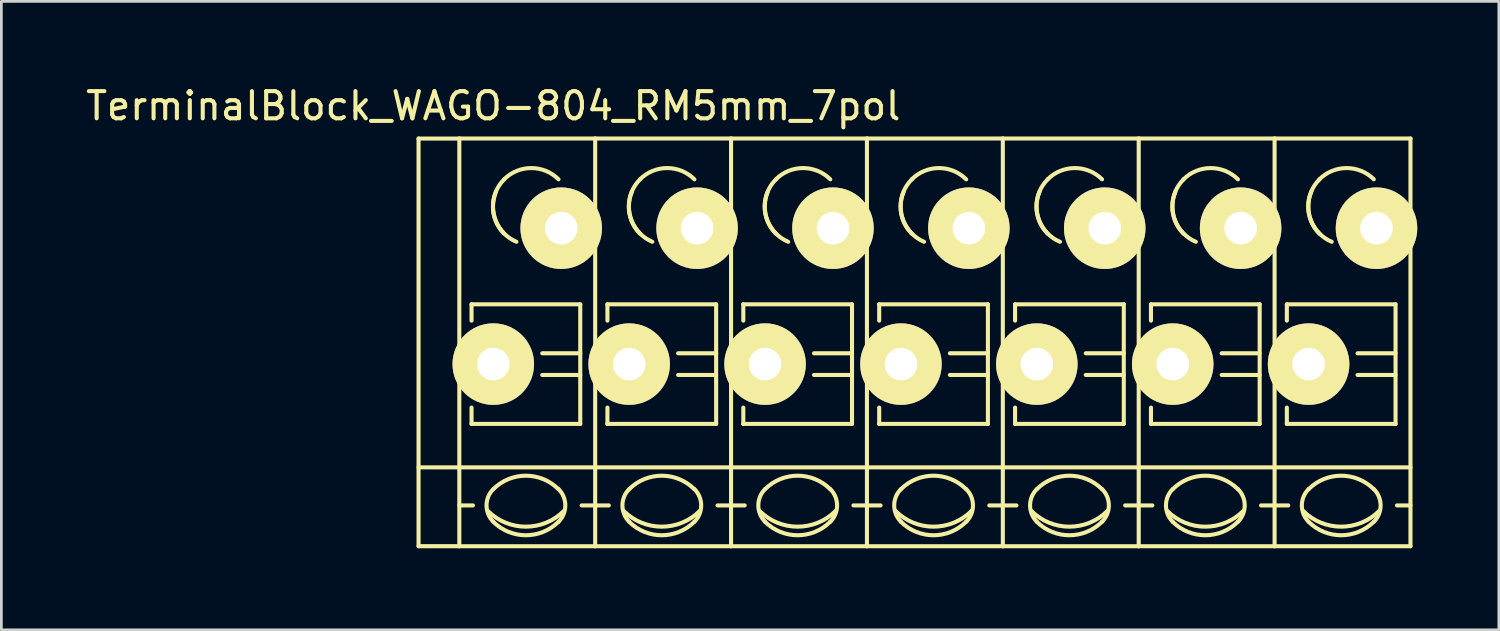
<source format=kicad_pcb>
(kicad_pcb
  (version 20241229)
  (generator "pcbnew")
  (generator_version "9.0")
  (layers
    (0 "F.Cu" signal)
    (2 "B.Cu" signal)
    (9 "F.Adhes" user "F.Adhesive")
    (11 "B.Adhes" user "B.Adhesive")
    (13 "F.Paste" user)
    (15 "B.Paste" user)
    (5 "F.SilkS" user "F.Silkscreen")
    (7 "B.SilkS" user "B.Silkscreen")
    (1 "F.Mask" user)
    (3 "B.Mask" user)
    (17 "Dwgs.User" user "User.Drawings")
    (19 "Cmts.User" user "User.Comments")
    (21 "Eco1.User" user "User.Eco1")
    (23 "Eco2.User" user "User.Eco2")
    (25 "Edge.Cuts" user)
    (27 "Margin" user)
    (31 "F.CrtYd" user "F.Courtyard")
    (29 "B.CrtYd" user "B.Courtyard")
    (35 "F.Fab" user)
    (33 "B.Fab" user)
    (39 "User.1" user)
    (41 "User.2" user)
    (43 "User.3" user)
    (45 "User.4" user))
  (footprint "TerminalBlock_WAGO-804_RM5mm_7pol"
    (layer "F.Cu")
    (at 15.101 10.348)
    (property "Reference" "TerminalBlock_WAGO-804_RM5mm_7pol" (at 0 -9.5 0) (layer "F.SilkS") (effects (font (size 1 1) (thickness 0.15))))
    (attr through_hole)
    (fp_line (start -2.75 -8.3) (end -1.25 -8.3) (stroke (width 0.15) (type solid)) (layer "F.SilkS"))
    (fp_line (start -2.75 6.7) (end -2.75 -8.3) (stroke (width 0.15) (type solid)) (layer "F.SilkS"))
    (fp_line (start -1.25 6.7) (end -2.75 6.7) (stroke (width 0.15) (type solid)) (layer "F.SilkS"))
    (fp_line (start -1.25 5.199) (end -0.749 5.199) (stroke (width 0.15) (type solid)) (layer "F.SilkS"))
    (fp_line (start -1.25 6.701) (end -1.25 -8.301) (stroke (width 0.15) (type solid)) (layer "F.SilkS"))
    (fp_line (start -0.8 -2.2) (end -0.8 -1.6) (stroke (width 0.15) (type solid)) (layer "F.SilkS"))
    (fp_line (start -0.8 -2.2) (end 3.2 -2.2) (stroke (width 0.15) (type solid)) (layer "F.SilkS"))
    (fp_line (start -0.8 2.2) (end -0.8 1.6) (stroke (width 0.15) (type solid)) (layer "F.SilkS"))
    (fp_line (start 3.2 -2.2) (end 3.2 2.2) (stroke (width 0.15) (type solid)) (layer "F.SilkS"))
    (fp_line (start 3.2 -0.399) (end 1.801 -0.399) (stroke (width 0.15) (type solid)) (layer "F.SilkS"))
    (fp_line (start 3.2 0.399) (end 1.801 0.399) (stroke (width 0.15) (type solid)) (layer "F.SilkS"))
    (fp_line (start 3.2 2.2) (end -0.8 2.2) (stroke (width 0.15) (type solid)) (layer "F.SilkS"))
    (fp_line (start 3.749 -8.301) (end -1.25 -8.301) (stroke (width 0.15) (type solid)) (layer "F.SilkS"))
    (fp_line (start 3.749 -8.301) (end 3.749 6.701) (stroke (width 0.15) (type solid)) (layer "F.SilkS"))
    (fp_line (start 3.749 5.199) (end 3.251 5.199) (stroke (width 0.15) (type solid)) (layer "F.SilkS"))
    (fp_line (start 3.749 6.701) (end -1.25 6.701) (stroke (width 0.15) (type solid)) (layer "F.SilkS"))
    (fp_line (start 3.75 3.8) (end -2.75 3.8) (stroke (width 0.15) (type solid)) (layer "F.SilkS"))
    (fp_line (start 3.75 3.8) (end 8.75 3.8) (stroke (width 0.15) (type solid)) (layer "F.SilkS"))
    (fp_line (start 3.75 5.199) (end 4.251 5.199) (stroke (width 0.15) (type solid)) (layer "F.SilkS"))
    (fp_line (start 4.2 -2.2) (end 4.2 -1.6) (stroke (width 0.15) (type solid)) (layer "F.SilkS"))
    (fp_line (start 4.2 -2.2) (end 8.2 -2.2) (stroke (width 0.15) (type solid)) (layer "F.SilkS"))
    (fp_line (start 4.2 2.2) (end 4.2 1.6) (stroke (width 0.15) (type solid)) (layer "F.SilkS"))
    (fp_line (start 8.2 -2.2) (end 8.2 2.2) (stroke (width 0.15) (type solid)) (layer "F.SilkS"))
    (fp_line (start 8.2 -0.399) (end 6.801 -0.399) (stroke (width 0.15) (type solid)) (layer "F.SilkS"))
    (fp_line (start 8.2 0.399) (end 6.801 0.399) (stroke (width 0.15) (type solid)) (layer "F.SilkS"))
    (fp_line (start 8.2 2.2) (end 4.2 2.2) (stroke (width 0.15) (type solid)) (layer "F.SilkS"))
    (fp_line (start 8.749 -8.301) (end 3.75 -8.301) (stroke (width 0.15) (type solid)) (layer "F.SilkS"))
    (fp_line (start 8.749 -8.301) (end 8.749 6.701) (stroke (width 0.15) (type solid)) (layer "F.SilkS"))
    (fp_line (start 8.749 5.199) (end 8.251 5.199) (stroke (width 0.15) (type solid)) (layer "F.SilkS"))
    (fp_line (start 8.749 6.701) (end 3.75 6.701) (stroke (width 0.15) (type solid)) (layer "F.SilkS"))
    (fp_line (start 8.75 3.8) (end 13.75 3.8) (stroke (width 0.15) (type solid)) (layer "F.SilkS"))
    (fp_line (start 8.75 5.199) (end 9.251 5.199) (stroke (width 0.15) (type solid)) (layer "F.SilkS"))
    (fp_line (start 9.2 -2.2) (end 9.2 -1.6) (stroke (width 0.15) (type solid)) (layer "F.SilkS"))
    (fp_line (start 9.2 -2.2) (end 13.2 -2.2) (stroke (width 0.15) (type solid)) (layer "F.SilkS"))
    (fp_line (start 9.2 2.2) (end 9.2 1.6) (stroke (width 0.15) (type solid)) (layer "F.SilkS"))
    (fp_line (start 13.2 -2.2) (end 13.2 2.2) (stroke (width 0.15) (type solid)) (layer "F.SilkS"))
    (fp_line (start 13.2 -0.399) (end 11.801 -0.399) (stroke (width 0.15) (type solid)) (layer "F.SilkS"))
    (fp_line (start 13.2 0.399) (end 11.801 0.399) (stroke (width 0.15) (type solid)) (layer "F.SilkS"))
    (fp_line (start 13.2 2.2) (end 9.2 2.2) (stroke (width 0.15) (type solid)) (layer "F.SilkS"))
    (fp_line (start 13.749 -8.301) (end 8.75 -8.301) (stroke (width 0.15) (type solid)) (layer "F.SilkS"))
    (fp_line (start 13.749 -8.301) (end 13.749 6.701) (stroke (width 0.15) (type solid)) (layer "F.SilkS"))
    (fp_line (start 13.749 5.199) (end 13.251 5.199) (stroke (width 0.15) (type solid)) (layer "F.SilkS"))
    (fp_line (start 13.749 6.701) (end 8.75 6.701) (stroke (width 0.15) (type solid)) (layer "F.SilkS"))
    (fp_line (start 13.75 3.8) (end 18.75 3.8) (stroke (width 0.15) (type solid)) (layer "F.SilkS"))
    (fp_line (start 13.75 5.199) (end 14.251 5.199) (stroke (width 0.15) (type solid)) (layer "F.SilkS"))
    (fp_line (start 14.2 -2.2) (end 14.2 -1.6) (stroke (width 0.15) (type solid)) (layer "F.SilkS"))
    (fp_line (start 14.2 -2.2) (end 18.2 -2.2) (stroke (width 0.15) (type solid)) (layer "F.SilkS"))
    (fp_line (start 14.2 2.2) (end 14.2 1.6) (stroke (width 0.15) (type solid)) (layer "F.SilkS"))
    (fp_line (start 18.2 -2.2) (end 18.2 2.2) (stroke (width 0.15) (type solid)) (layer "F.SilkS"))
    (fp_line (start 18.2 -0.399) (end 16.801 -0.399) (stroke (width 0.15) (type solid)) (layer "F.SilkS"))
    (fp_line (start 18.2 0.399) (end 16.801 0.399) (stroke (width 0.15) (type solid)) (layer "F.SilkS"))
    (fp_line (start 18.2 2.2) (end 14.2 2.2) (stroke (width 0.15) (type solid)) (layer "F.SilkS"))
    (fp_line (start 18.749 -8.301) (end 13.75 -8.301) (stroke (width 0.15) (type solid)) (layer "F.SilkS"))
    (fp_line (start 18.749 -8.301) (end 18.749 6.701) (stroke (width 0.15) (type solid)) (layer "F.SilkS"))
    (fp_line (start 18.749 5.199) (end 18.251 5.199) (stroke (width 0.15) (type solid)) (layer "F.SilkS"))
    (fp_line (start 18.749 6.701) (end 13.75 6.701) (stroke (width 0.15) (type solid)) (layer "F.SilkS"))
    (fp_line (start 18.75 3.8) (end 23.75 3.8) (stroke (width 0.15) (type solid)) (layer "F.SilkS"))
    (fp_line (start 18.75 5.199) (end 19.251 5.199) (stroke (width 0.15) (type solid)) (layer "F.SilkS"))
    (fp_line (start 19.2 -2.2) (end 19.2 -1.6) (stroke (width 0.15) (type solid)) (layer "F.SilkS"))
    (fp_line (start 19.2 -2.2) (end 23.2 -2.2) (stroke (width 0.15) (type solid)) (layer "F.SilkS"))
    (fp_line (start 19.2 2.2) (end 19.2 1.6) (stroke (width 0.15) (type solid)) (layer "F.SilkS"))
    (fp_line (start 23.2 -2.2) (end 23.2 2.2) (stroke (width 0.15) (type solid)) (layer "F.SilkS"))
    (fp_line (start 23.2 -0.399) (end 21.801 -0.399) (stroke (width 0.15) (type solid)) (layer "F.SilkS"))
    (fp_line (start 23.2 0.399) (end 21.801 0.399) (stroke (width 0.15) (type solid)) (layer "F.SilkS"))
    (fp_line (start 23.2 2.2) (end 19.2 2.2) (stroke (width 0.15) (type solid)) (layer "F.SilkS"))
    (fp_line (start 23.749 -8.301) (end 18.75 -8.301) (stroke (width 0.15) (type solid)) (layer "F.SilkS"))
    (fp_line (start 23.749 -8.301) (end 23.749 6.701) (stroke (width 0.15) (type solid)) (layer "F.SilkS"))
    (fp_line (start 23.749 5.199) (end 23.251 5.199) (stroke (width 0.15) (type solid)) (layer "F.SilkS"))
    (fp_line (start 23.749 6.701) (end 18.75 6.701) (stroke (width 0.15) (type solid)) (layer "F.SilkS"))
    (fp_line (start 23.75 3.8) (end 28.75 3.8) (stroke (width 0.15) (type solid)) (layer "F.SilkS"))
    (fp_line (start 23.75 5.199) (end 24.251 5.199) (stroke (width 0.15) (type solid)) (layer "F.SilkS"))
    (fp_line (start 24.2 -2.2) (end 24.2 -1.6) (stroke (width 0.15) (type solid)) (layer "F.SilkS"))
    (fp_line (start 24.2 -2.2) (end 28.2 -2.2) (stroke (width 0.15) (type solid)) (layer "F.SilkS"))
    (fp_line (start 24.2 2.2) (end 24.2 1.6) (stroke (width 0.15) (type solid)) (layer "F.SilkS"))
    (fp_line (start 28.2 -2.2) (end 28.2 2.2) (stroke (width 0.15) (type solid)) (layer "F.SilkS"))
    (fp_line (start 28.2 -0.399) (end 26.801 -0.399) (stroke (width 0.15) (type solid)) (layer "F.SilkS"))
    (fp_line (start 28.2 0.399) (end 26.801 0.399) (stroke (width 0.15) (type solid)) (layer "F.SilkS"))
    (fp_line (start 28.2 2.2) (end 24.2 2.2) (stroke (width 0.15) (type solid)) (layer "F.SilkS"))
    (fp_line (start 28.749 -8.301) (end 23.75 -8.301) (stroke (width 0.15) (type solid)) (layer "F.SilkS"))
    (fp_line (start 28.749 -8.301) (end 28.749 6.701) (stroke (width 0.15) (type solid)) (layer "F.SilkS"))
    (fp_line (start 28.749 5.199) (end 28.251 5.199) (stroke (width 0.15) (type solid)) (layer "F.SilkS"))
    (fp_line (start 28.749 6.701) (end 23.75 6.701) (stroke (width 0.15) (type solid)) (layer "F.SilkS"))
    (fp_line (start 28.75 3.8) (end 33.75 3.8) (stroke (width 0.15) (type solid)) (layer "F.SilkS"))
    (fp_line (start 28.75 5.199) (end 29.251 5.199) (stroke (width 0.15) (type solid)) (layer "F.SilkS"))
    (fp_line (start 29.2 -2.2) (end 29.2 -1.6) (stroke (width 0.15) (type solid)) (layer "F.SilkS"))
    (fp_line (start 29.2 -2.2) (end 33.2 -2.2) (stroke (width 0.15) (type solid)) (layer "F.SilkS"))
    (fp_line (start 29.2 2.2) (end 29.2 1.6) (stroke (width 0.15) (type solid)) (layer "F.SilkS"))
    (fp_line (start 33.2 -2.2) (end 33.2 2.2) (stroke (width 0.15) (type solid)) (layer "F.SilkS"))
    (fp_line (start 33.2 -0.399) (end 31.801 -0.399) (stroke (width 0.15) (type solid)) (layer "F.SilkS"))
    (fp_line (start 33.2 0.399) (end 31.801 0.399) (stroke (width 0.15) (type solid)) (layer "F.SilkS"))
    (fp_line (start 33.2 2.2) (end 29.2 2.2) (stroke (width 0.15) (type solid)) (layer "F.SilkS"))
    (fp_line (start 33.749 -8.301) (end 28.75 -8.301) (stroke (width 0.15) (type solid)) (layer "F.SilkS"))
    (fp_line (start 33.749 -8.301) (end 33.749 6.701) (stroke (width 0.15) (type solid)) (layer "F.SilkS"))
    (fp_line (start 33.749 5.199) (end 33.251 5.199) (stroke (width 0.15) (type solid)) (layer "F.SilkS"))
    (fp_line (start 33.749 6.701) (end 28.75 6.701) (stroke (width 0.15) (type solid)) (layer "F.SilkS"))
    (fp_arc (start 0 4.60248) (mid 1.19888 4.105888) (end 2.39776 4.60248) (stroke (width 0.15) (type solid)) (layer "F.SilkS"))
    (fp_arc (start 0 5.79882) (mid -0.248296 5.19938) (end 0 4.59994) (stroke (width 0.15) (type solid)) (layer "F.SilkS"))
    (fp_arc (start 0.39878 -6.79958) (mid 1.39954 -7.214108) (end 2.4003 -6.79958) (stroke (width 0.15) (type solid)) (layer "F.SilkS"))
    (fp_arc (start 0.39878 -4.8006) (mid -0.013952 -5.800616) (end 0.40132 -6.79958) (stroke (width 0.15) (type solid)) (layer "F.SilkS"))
    (fp_arc (start 0.8509 -4.50088) (mid 0.093811 -5.268985) (end 0.1016 -6.34746) (stroke (width 0.15) (type solid)) (layer "F.SilkS"))
    (fp_arc (start 2.4003 5.79882) (mid 1.200676 6.297208) (end 0 5.80136) (stroke (width 0.15) (type solid)) (layer "F.SilkS"))
    (fp_arc (start 2.40284 4.59994) (mid 2.650392 5.201176) (end 2.4003 5.80136) (stroke (width 0.15) (type solid)) (layer "F.SilkS"))
    (fp_arc (start 2.60096 5.40004) (mid 1.200676 5.981545) (end -0.20066 5.40258) (stroke (width 0.15) (type solid)) (layer "F.SilkS"))
    (fp_arc (start 5 4.60248) (mid 6.19888 4.105888) (end 7.39776 4.60248) (stroke (width 0.15) (type solid)) (layer "F.SilkS"))
    (fp_arc (start 5 5.79882) (mid 4.751704 5.19938) (end 5 4.59994) (stroke (width 0.15) (type solid)) (layer "F.SilkS"))
    (fp_arc (start 5.39878 -6.79958) (mid 6.39954 -7.214108) (end 7.4003 -6.79958) (stroke (width 0.15) (type solid)) (layer "F.SilkS"))
    (fp_arc (start 5.39878 -4.8006) (mid 4.986048 -5.800616) (end 5.40132 -6.79958) (stroke (width 0.15) (type solid)) (layer "F.SilkS"))
    (fp_arc (start 5.8509 -4.50088) (mid 5.093811 -5.268985) (end 5.1016 -6.34746) (stroke (width 0.15) (type solid)) (layer "F.SilkS"))
    (fp_arc (start 7.4003 5.79882) (mid 6.200676 6.297208) (end 5 5.80136) (stroke (width 0.15) (type solid)) (layer "F.SilkS"))
    (fp_arc (start 7.40284 4.59994) (mid 7.650392 5.201176) (end 7.4003 5.80136) (stroke (width 0.15) (type solid)) (layer "F.SilkS"))
    (fp_arc (start 7.60096 5.40004) (mid 6.200676 5.981545) (end 4.79934 5.40258) (stroke (width 0.15) (type solid)) (layer "F.SilkS"))
    (fp_arc (start 10 4.60248) (mid 11.19888 4.105888) (end 12.39776 4.60248) (stroke (width 0.15) (type solid)) (layer "F.SilkS"))
    (fp_arc (start 10 5.79882) (mid 9.751704 5.19938) (end 10 4.59994) (stroke (width 0.15) (type solid)) (layer "F.SilkS"))
    (fp_arc (start 10.39878 -6.79958) (mid 11.39954 -7.214108) (end 12.4003 -6.79958) (stroke (width 0.15) (type solid)) (layer "F.SilkS"))
    (fp_arc (start 10.39878 -4.8006) (mid 9.986048 -5.800616) (end 10.40132 -6.79958) (stroke (width 0.15) (type solid)) (layer "F.SilkS"))
    (fp_arc (start 10.8509 -4.50088) (mid 10.093811 -5.268985) (end 10.1016 -6.34746) (stroke (width 0.15) (type solid)) (layer "F.SilkS"))
    (fp_arc (start 12.4003 5.79882) (mid 11.200676 6.297208) (end 10 5.80136) (stroke (width 0.15) (type solid)) (layer "F.SilkS"))
    (fp_arc (start 12.40284 4.59994) (mid 12.650392 5.201176) (end 12.4003 5.80136) (stroke (width 0.15) (type solid)) (layer "F.SilkS"))
    (fp_arc (start 12.60096 5.40004) (mid 11.200676 5.981545) (end 9.79934 5.40258) (stroke (width 0.15) (type solid)) (layer "F.SilkS"))
    (fp_arc (start 15 4.60248) (mid 16.19888 4.105888) (end 17.39776 4.60248) (stroke (width 0.15) (type solid)) (layer "F.SilkS"))
    (fp_arc (start 15 5.79882) (mid 14.751704 5.19938) (end 15 4.59994) (stroke (width 0.15) (type solid)) (layer "F.SilkS"))
    (fp_arc (start 15.39878 -6.79958) (mid 16.39954 -7.214108) (end 17.4003 -6.79958) (stroke (width 0.15) (type solid)) (layer "F.SilkS"))
    (fp_arc (start 15.39878 -4.8006) (mid 14.986048 -5.800616) (end 15.40132 -6.79958) (stroke (width 0.15) (type solid)) (layer "F.SilkS"))
    (fp_arc (start 15.8509 -4.50088) (mid 15.093811 -5.268985) (end 15.1016 -6.34746) (stroke (width 0.15) (type solid)) (layer "F.SilkS"))
    (fp_arc (start 17.4003 5.79882) (mid 16.200676 6.297208) (end 15 5.80136) (stroke (width 0.15) (type solid)) (layer "F.SilkS"))
    (fp_arc (start 17.40284 4.59994) (mid 17.650392 5.201176) (end 17.4003 5.80136) (stroke (width 0.15) (type solid)) (layer "F.SilkS"))
    (fp_arc (start 17.60096 5.40004) (mid 16.200676 5.981545) (end 14.79934 5.40258) (stroke (width 0.15) (type solid)) (layer "F.SilkS"))
    (fp_arc (start 20 4.60248) (mid 21.19888 4.105888) (end 22.39776 4.60248) (stroke (width 0.15) (type solid)) (layer "F.SilkS"))
    (fp_arc (start 20 5.79882) (mid 19.751704 5.19938) (end 20 4.59994) (stroke (width 0.15) (type solid)) (layer "F.SilkS"))
    (fp_arc (start 20.39878 -6.79958) (mid 21.39954 -7.214108) (end 22.4003 -6.79958) (stroke (width 0.15) (type solid)) (layer "F.SilkS"))
    (fp_arc (start 20.39878 -4.8006) (mid 19.986048 -5.800616) (end 20.40132 -6.79958) (stroke (width 0.15) (type solid)) (layer "F.SilkS"))
    (fp_arc (start 20.8509 -4.50088) (mid 20.093811 -5.268985) (end 20.1016 -6.34746) (stroke (width 0.15) (type solid)) (layer "F.SilkS"))
    (fp_arc (start 22.4003 5.79882) (mid 21.200676 6.297208) (end 20 5.80136) (stroke (width 0.15) (type solid)) (layer "F.SilkS"))
    (fp_arc (start 22.40284 4.59994) (mid 22.650392 5.201176) (end 22.4003 5.80136) (stroke (width 0.15) (type solid)) (layer "F.SilkS"))
    (fp_arc (start 22.60096 5.40004) (mid 21.200676 5.981545) (end 19.79934 5.40258) (stroke (width 0.15) (type solid)) (layer "F.SilkS"))
    (fp_arc (start 25 4.60248) (mid 26.19888 4.105888) (end 27.39776 4.60248) (stroke (width 0.15) (type solid)) (layer "F.SilkS"))
    (fp_arc (start 25 5.79882) (mid 24.751704 5.19938) (end 25 4.59994) (stroke (width 0.15) (type solid)) (layer "F.SilkS"))
    (fp_arc (start 25.39878 -6.79958) (mid 26.39954 -7.214108) (end 27.4003 -6.79958) (stroke (width 0.15) (type solid)) (layer "F.SilkS"))
    (fp_arc (start 25.39878 -4.8006) (mid 24.986048 -5.800616) (end 25.40132 -6.79958) (stroke (width 0.15) (type solid)) (layer "F.SilkS"))
    (fp_arc (start 25.8509 -4.50088) (mid 25.093811 -5.268985) (end 25.1016 -6.34746) (stroke (width 0.15) (type solid)) (layer "F.SilkS"))
    (fp_arc (start 27.4003 5.79882) (mid 26.200676 6.297208) (end 25 5.80136) (stroke (width 0.15) (type solid)) (layer "F.SilkS"))
    (fp_arc (start 27.40284 4.59994) (mid 27.650392 5.201176) (end 27.4003 5.80136) (stroke (width 0.15) (type solid)) (layer "F.SilkS"))
    (fp_arc (start 27.60096 5.40004) (mid 26.200676 5.981545) (end 24.79934 5.40258) (stroke (width 0.15) (type solid)) (layer "F.SilkS"))
    (fp_arc (start 30 4.60248) (mid 31.19888 4.105888) (end 32.39776 4.60248) (stroke (width 0.15) (type solid)) (layer "F.SilkS"))
    (fp_arc (start 30 5.79882) (mid 29.751704 5.19938) (end 30 4.59994) (stroke (width 0.15) (type solid)) (layer "F.SilkS"))
    (fp_arc (start 30.39878 -6.79958) (mid 31.39954 -7.214108) (end 32.4003 -6.79958) (stroke (width 0.15) (type solid)) (layer "F.SilkS"))
    (fp_arc (start 30.39878 -4.8006) (mid 29.986048 -5.800616) (end 30.40132 -6.79958) (stroke (width 0.15) (type solid)) (layer "F.SilkS"))
    (fp_arc (start 30.8509 -4.50088) (mid 30.093811 -5.268985) (end 30.1016 -6.34746) (stroke (width 0.15) (type solid)) (layer "F.SilkS"))
    (fp_arc (start 32.4003 5.79882) (mid 31.200676 6.297208) (end 30 5.80136) (stroke (width 0.15) (type solid)) (layer "F.SilkS"))
    (fp_arc (start 32.40284 4.59994) (mid 32.650392 5.201176) (end 32.4003 5.80136) (stroke (width 0.15) (type solid)) (layer "F.SilkS"))
    (fp_arc (start 32.60096 5.40004) (mid 31.200676 5.981545) (end 29.79934 5.40258) (stroke (width 0.15) (type solid)) (layer "F.SilkS"))
    (pad "1" thru_hole circle (at 0 0) (size 3 3) (drill 1.2) (layers "*.Cu" "*.Mask" "F.SilkS"))
    (pad "1" thru_hole circle (at 2.499 -5.001) (size 3 3) (drill 1.2) (layers "*.Cu" "*.Mask" "F.SilkS"))
    (pad "2" thru_hole circle (at 5 0) (size 3 3) (drill 1.2) (layers "*.Cu" "*.Mask" "F.SilkS"))
    (pad "2" thru_hole circle (at 7.499 -5.001) (size 3 3) (drill 1.2) (layers "*.Cu" "*.Mask" "F.SilkS"))
    (pad "3" thru_hole circle (at 10 0) (size 3 3) (drill 1.2) (layers "*.Cu" "*.Mask" "F.SilkS"))
    (pad "3" thru_hole circle (at 12.499 -5.001) (size 3 3) (drill 1.2) (layers "*.Cu" "*.Mask" "F.SilkS"))
    (pad "4" thru_hole circle (at 15 0) (size 3 3) (drill 1.2) (layers "*.Cu" "*.Mask" "F.SilkS"))
    (pad "4" thru_hole circle (at 17.499 -5.001) (size 3 3) (drill 1.2) (layers "*.Cu" "*.Mask" "F.SilkS"))
    (pad "5" thru_hole circle (at 20 0) (size 3 3) (drill 1.2) (layers "*.Cu" "*.Mask" "F.SilkS"))
    (pad "5" thru_hole circle (at 22.499 -5.001) (size 3 3) (drill 1.2) (layers "*.Cu" "*.Mask" "F.SilkS"))
    (pad "6" thru_hole circle (at 25 0) (size 3 3) (drill 1.2) (layers "*.Cu" "*.Mask" "F.SilkS"))
    (pad "6" thru_hole circle (at 27.499 -5.001) (size 3 3) (drill 1.2) (layers "*.Cu" "*.Mask" "F.SilkS"))
    (pad "7" thru_hole circle (at 30 0) (size 3 3) (drill 1.2) (layers "*.Cu" "*.Mask" "F.SilkS"))
    (pad "7" thru_hole circle (at 32.499 -5.001) (size 3 3) (drill 1.2) (layers "*.Cu" "*.Mask" "F.SilkS")))
  (gr_rect
    (start -3 -3)
    (end 52.101 20.124)
    (stroke (width 0.1) (type default))
    (fill no)
    (layer "Edge.Cuts")))
</source>
